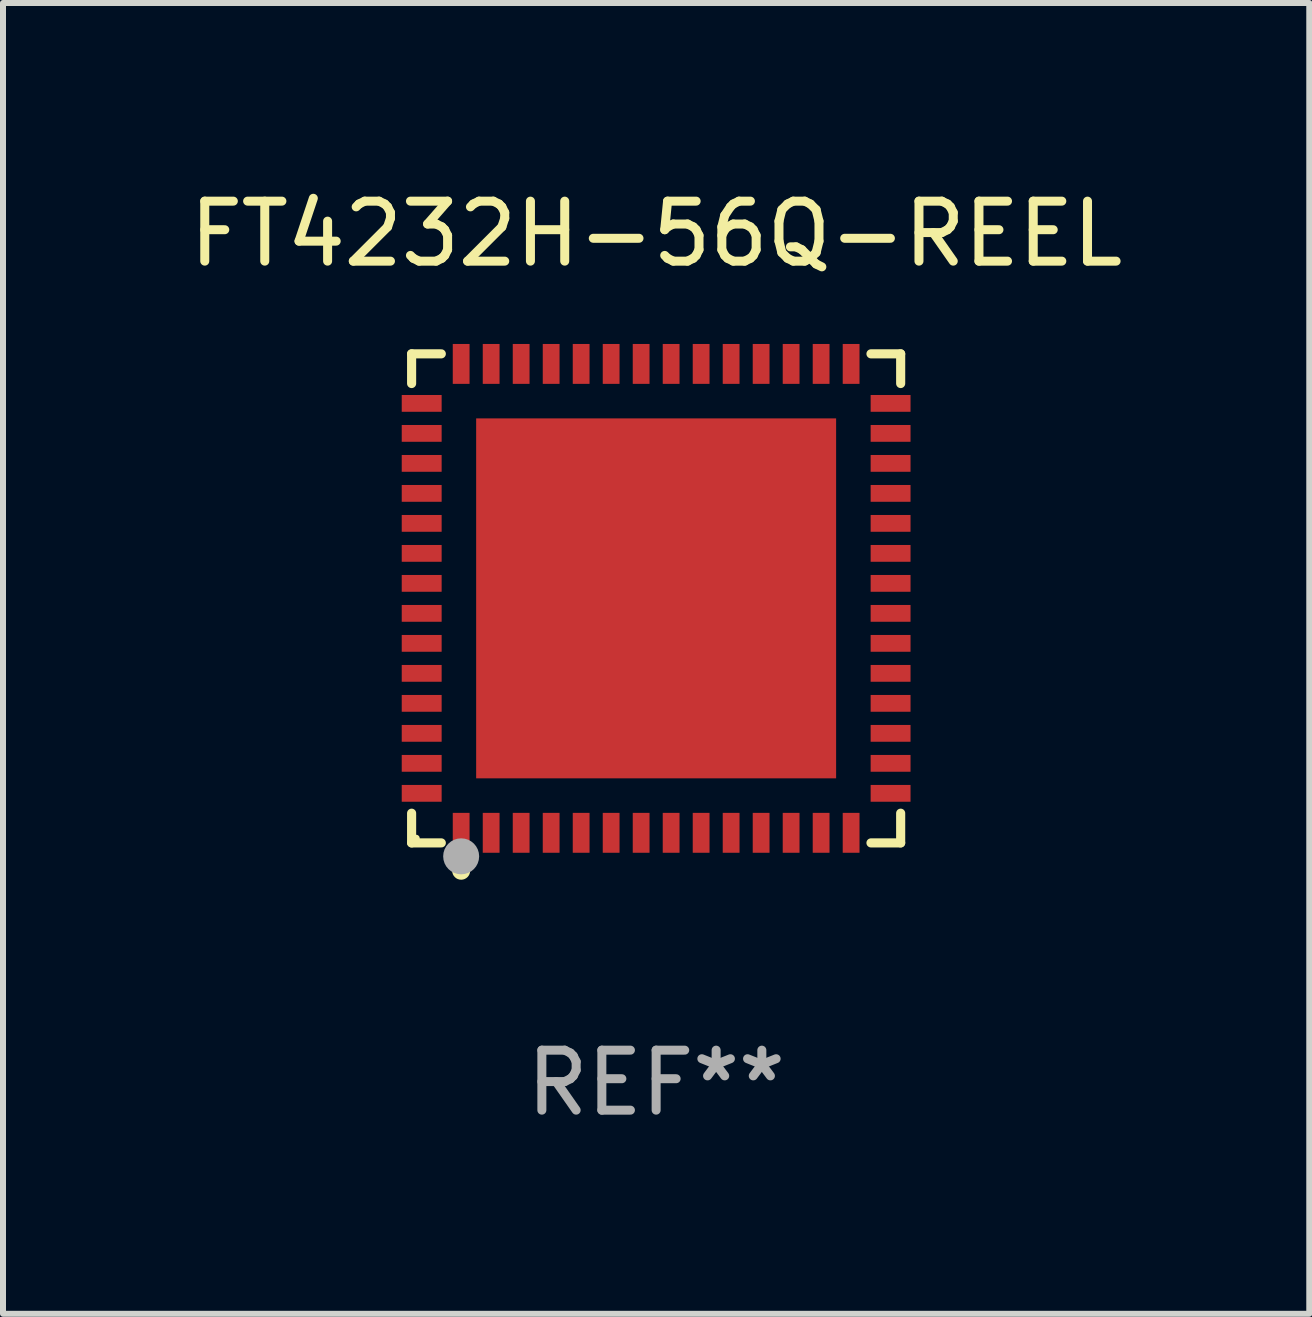
<source format=kicad_pcb>
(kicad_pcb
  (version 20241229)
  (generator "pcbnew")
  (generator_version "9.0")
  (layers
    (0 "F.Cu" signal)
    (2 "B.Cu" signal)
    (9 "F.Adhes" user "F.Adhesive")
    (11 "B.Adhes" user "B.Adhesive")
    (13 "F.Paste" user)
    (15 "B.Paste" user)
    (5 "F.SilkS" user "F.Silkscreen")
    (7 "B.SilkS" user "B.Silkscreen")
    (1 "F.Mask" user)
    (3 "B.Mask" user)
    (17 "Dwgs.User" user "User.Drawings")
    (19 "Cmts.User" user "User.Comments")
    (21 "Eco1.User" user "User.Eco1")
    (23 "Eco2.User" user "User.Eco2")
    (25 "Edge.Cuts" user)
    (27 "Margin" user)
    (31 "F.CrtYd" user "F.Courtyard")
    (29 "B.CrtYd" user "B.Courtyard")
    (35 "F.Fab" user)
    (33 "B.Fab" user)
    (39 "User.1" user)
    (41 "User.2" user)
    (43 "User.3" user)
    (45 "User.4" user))
  (footprint "FT4232H-56Q-REEL"
    (layer "F.Cu")
    (at 7.887 6.924)
    (property "Reference" "FT4232H-56Q-REEL" (at 0 -6.076 0) (layer "F.SilkS") (effects (font (size 1 1) (thickness 0.15))))
    (attr through_hole)
    (fp_line (start -4.076 -4.076) (end -3.581 -4.076) (stroke (width 0.152) (type solid)) (layer "F.SilkS"))
    (fp_line (start -4.076 -3.581) (end -4.076 -4.076) (stroke (width 0.152) (type solid)) (layer "F.SilkS"))
    (fp_line (start -4.076 3.581) (end -4.076 4.076) (stroke (width 0.152) (type solid)) (layer "F.SilkS"))
    (fp_line (start -4.076 4.076) (end -3.581 4.076) (stroke (width 0.152) (type solid)) (layer "F.SilkS"))
    (fp_line (start 4.076 -4.076) (end 3.581 -4.076) (stroke (width 0.152) (type solid)) (layer "F.SilkS"))
    (fp_line (start 4.076 -3.581) (end 4.076 -4.076) (stroke (width 0.152) (type solid)) (layer "F.SilkS"))
    (fp_line (start 4.076 3.581) (end 4.076 4.076) (stroke (width 0.152) (type solid)) (layer "F.SilkS"))
    (fp_line (start 4.076 4.076) (end 3.581 4.076) (stroke (width 0.152) (type solid)) (layer "F.SilkS"))
    (fp_circle (center -4 4) (end -3.97 4) (stroke (width 0.06) (type solid)) (fill no) (layer "F.SilkS"))
    (fp_circle (center -3.25 4.54) (end -3.175 4.54) (stroke (width 0.15) (type solid)) (fill no) (layer "F.SilkS"))
    (fp_circle (center -3.25 4.3) (end -3.1 4.3) (stroke (width 0.3) (type solid)) (fill no) (layer "F.Fab"))
    (fp_text user "REF**" (at 0 8.076 0) (layer "F.Fab") (effects (font (size 1 1) (thickness 0.15))))
    (pad "1" smd rect (at -3.25 3.908) (size 0.28 0.665) (layers "F.Cu" "F.Mask" "F.Paste"))
    (pad "2" smd rect (at -2.75 3.908) (size 0.28 0.665) (layers "F.Cu" "F.Mask" "F.Paste"))
    (pad "3" smd rect (at -2.25 3.908) (size 0.28 0.665) (layers "F.Cu" "F.Mask" "F.Paste"))
    (pad "4" smd rect (at -1.75 3.908) (size 0.28 0.665) (layers "F.Cu" "F.Mask" "F.Paste"))
    (pad "5" smd rect (at -1.25 3.908) (size 0.28 0.665) (layers "F.Cu" "F.Mask" "F.Paste"))
    (pad "6" smd rect (at -0.75 3.908) (size 0.28 0.665) (layers "F.Cu" "F.Mask" "F.Paste"))
    (pad "7" smd rect (at -0.25 3.908) (size 0.28 0.665) (layers "F.Cu" "F.Mask" "F.Paste"))
    (pad "8" smd rect (at 0.25 3.908) (size 0.28 0.665) (layers "F.Cu" "F.Mask" "F.Paste"))
    (pad "9" smd rect (at 0.75 3.908) (size 0.28 0.665) (layers "F.Cu" "F.Mask" "F.Paste"))
    (pad "10" smd rect (at 1.25 3.908) (size 0.28 0.665) (layers "F.Cu" "F.Mask" "F.Paste"))
    (pad "11" smd rect (at 1.75 3.908) (size 0.28 0.665) (layers "F.Cu" "F.Mask" "F.Paste"))
    (pad "12" smd rect (at 2.25 3.908) (size 0.28 0.665) (layers "F.Cu" "F.Mask" "F.Paste"))
    (pad "13" smd rect (at 2.75 3.908) (size 0.28 0.665) (layers "F.Cu" "F.Mask" "F.Paste"))
    (pad "14" smd rect (at 3.25 3.908) (size 0.28 0.665) (layers "F.Cu" "F.Mask" "F.Paste"))
    (pad "15" smd rect (at 3.908 3.25) (size 0.665 0.28) (layers "F.Cu" "F.Mask" "F.Paste"))
    (pad "16" smd rect (at 3.908 2.75) (size 0.665 0.28) (layers "F.Cu" "F.Mask" "F.Paste"))
    (pad "17" smd rect (at 3.908 2.25) (size 0.665 0.28) (layers "F.Cu" "F.Mask" "F.Paste"))
    (pad "18" smd rect (at 3.908 1.75) (size 0.665 0.28) (layers "F.Cu" "F.Mask" "F.Paste"))
    (pad "19" smd rect (at 3.908 1.25) (size 0.665 0.28) (layers "F.Cu" "F.Mask" "F.Paste"))
    (pad "20" smd rect (at 3.908 0.75) (size 0.665 0.28) (layers "F.Cu" "F.Mask" "F.Paste"))
    (pad "21" smd rect (at 3.908 0.25) (size 0.665 0.28) (layers "F.Cu" "F.Mask" "F.Paste"))
    (pad "22" smd rect (at 3.908 -0.25) (size 0.665 0.28) (layers "F.Cu" "F.Mask" "F.Paste"))
    (pad "23" smd rect (at 3.908 -0.75) (size 0.665 0.28) (layers "F.Cu" "F.Mask" "F.Paste"))
    (pad "24" smd rect (at 3.908 -1.25) (size 0.665 0.28) (layers "F.Cu" "F.Mask" "F.Paste"))
    (pad "25" smd rect (at 3.908 -1.75) (size 0.665 0.28) (layers "F.Cu" "F.Mask" "F.Paste"))
    (pad "26" smd rect (at 3.908 -2.25) (size 0.665 0.28) (layers "F.Cu" "F.Mask" "F.Paste"))
    (pad "27" smd rect (at 3.908 -2.75) (size 0.665 0.28) (layers "F.Cu" "F.Mask" "F.Paste"))
    (pad "28" smd rect (at 3.908 -3.25) (size 0.665 0.28) (layers "F.Cu" "F.Mask" "F.Paste"))
    (pad "29" smd rect (at 3.25 -3.908) (size 0.28 0.665) (layers "F.Cu" "F.Mask" "F.Paste"))
    (pad "30" smd rect (at 2.75 -3.908) (size 0.28 0.665) (layers "F.Cu" "F.Mask" "F.Paste"))
    (pad "31" smd rect (at 2.25 -3.908) (size 0.28 0.665) (layers "F.Cu" "F.Mask" "F.Paste"))
    (pad "32" smd rect (at 1.75 -3.908) (size 0.28 0.665) (layers "F.Cu" "F.Mask" "F.Paste"))
    (pad "33" smd rect (at 1.25 -3.908) (size 0.28 0.665) (layers "F.Cu" "F.Mask" "F.Paste"))
    (pad "34" smd rect (at 0.75 -3.908) (size 0.28 0.665) (layers "F.Cu" "F.Mask" "F.Paste"))
    (pad "35" smd rect (at 0.25 -3.908) (size 0.28 0.665) (layers "F.Cu" "F.Mask" "F.Paste"))
    (pad "36" smd rect (at -0.25 -3.908) (size 0.28 0.665) (layers "F.Cu" "F.Mask" "F.Paste"))
    (pad "37" smd rect (at -0.75 -3.908) (size 0.28 0.665) (layers "F.Cu" "F.Mask" "F.Paste"))
    (pad "38" smd rect (at -1.25 -3.908) (size 0.28 0.665) (layers "F.Cu" "F.Mask" "F.Paste"))
    (pad "39" smd rect (at -1.75 -3.908) (size 0.28 0.665) (layers "F.Cu" "F.Mask" "F.Paste"))
    (pad "40" smd rect (at -2.25 -3.908) (size 0.28 0.665) (layers "F.Cu" "F.Mask" "F.Paste"))
    (pad "41" smd rect (at -2.75 -3.908) (size 0.28 0.665) (layers "F.Cu" "F.Mask" "F.Paste"))
    (pad "42" smd rect (at -3.25 -3.908) (size 0.28 0.665) (layers "F.Cu" "F.Mask" "F.Paste"))
    (pad "43" smd rect (at -3.908 -3.25) (size 0.665 0.28) (layers "F.Cu" "F.Mask" "F.Paste"))
    (pad "44" smd rect (at -3.908 -2.75) (size 0.665 0.28) (layers "F.Cu" "F.Mask" "F.Paste"))
    (pad "45" smd rect (at -3.908 -2.25) (size 0.665 0.28) (layers "F.Cu" "F.Mask" "F.Paste"))
    (pad "46" smd rect (at -3.908 -1.75) (size 0.665 0.28) (layers "F.Cu" "F.Mask" "F.Paste"))
    (pad "47" smd rect (at -3.908 -1.25) (size 0.665 0.28) (layers "F.Cu" "F.Mask" "F.Paste"))
    (pad "48" smd rect (at -3.908 -0.75) (size 0.665 0.28) (layers "F.Cu" "F.Mask" "F.Paste"))
    (pad "49" smd rect (at -3.908 -0.25) (size 0.665 0.28) (layers "F.Cu" "F.Mask" "F.Paste"))
    (pad "50" smd rect (at -3.908 0.25) (size 0.665 0.28) (layers "F.Cu" "F.Mask" "F.Paste"))
    (pad "51" smd rect (at -3.908 0.75) (size 0.665 0.28) (layers "F.Cu" "F.Mask" "F.Paste"))
    (pad "52" smd rect (at -3.908 1.25) (size 0.665 0.28) (layers "F.Cu" "F.Mask" "F.Paste"))
    (pad "53" smd rect (at -3.908 1.75) (size 0.665 0.28) (layers "F.Cu" "F.Mask" "F.Paste"))
    (pad "54" smd rect (at -3.908 2.25) (size 0.665 0.28) (layers "F.Cu" "F.Mask" "F.Paste"))
    (pad "55" smd rect (at -3.908 2.75) (size 0.665 0.28) (layers "F.Cu" "F.Mask" "F.Paste"))
    (pad "56" smd rect (at -3.908 3.25) (size 0.665 0.28) (layers "F.Cu" "F.Mask" "F.Paste"))
    (pad "57" smd rect (at 0 0) (size 6 6) (layers "F.Cu" "F.Mask" "F.Paste")))
  (gr_rect
    (start -3 -3)
    (end 18.774 18.849)
    (stroke (width 0.1) (type default))
    (fill no)
    (layer "Edge.Cuts")))
</source>
